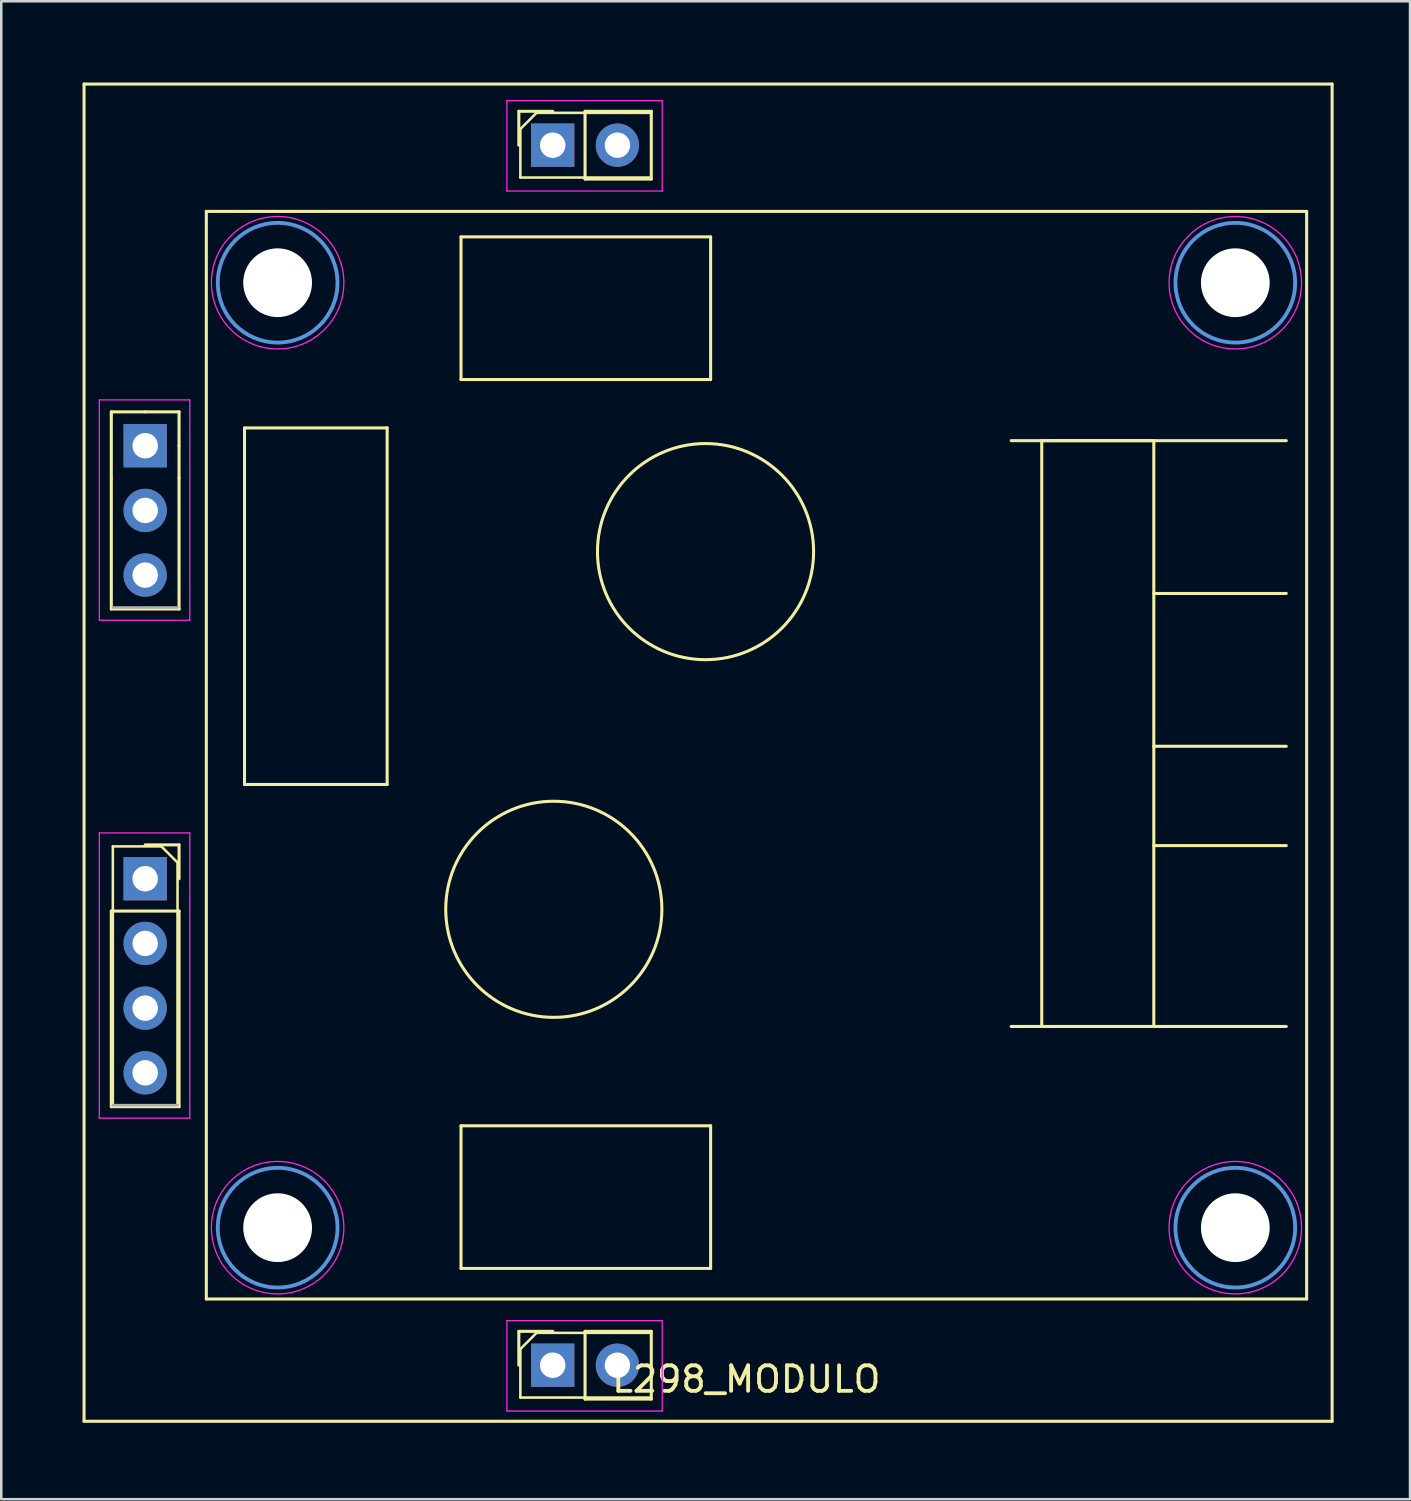
<source format=kicad_pcb>
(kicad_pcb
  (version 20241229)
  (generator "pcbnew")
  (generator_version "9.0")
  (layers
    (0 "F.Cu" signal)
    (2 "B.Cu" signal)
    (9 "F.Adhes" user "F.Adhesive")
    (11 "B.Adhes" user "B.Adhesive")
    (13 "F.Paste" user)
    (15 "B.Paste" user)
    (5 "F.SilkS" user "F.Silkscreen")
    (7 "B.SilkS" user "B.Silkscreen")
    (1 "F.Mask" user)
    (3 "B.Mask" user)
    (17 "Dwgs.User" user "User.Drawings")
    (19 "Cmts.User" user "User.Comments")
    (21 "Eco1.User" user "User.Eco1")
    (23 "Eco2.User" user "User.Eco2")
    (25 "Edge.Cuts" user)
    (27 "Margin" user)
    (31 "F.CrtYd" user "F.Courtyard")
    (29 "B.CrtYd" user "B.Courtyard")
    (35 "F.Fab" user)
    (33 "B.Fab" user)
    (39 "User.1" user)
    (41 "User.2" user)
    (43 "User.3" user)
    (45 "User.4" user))
  (footprint "L298_MODULO"
    (layer "F.Cu")
    (at 0.25 0.25)
    (property "Reference" "L298_MODULO" (at 26 50.85 0) (layer "F.SilkS") (effects (font (size 1 1) (thickness 0.15))))
    (attr through_hole)
    (fp_line (start 0 0) (end 49 0) (stroke (width 0.12) (type solid)) (layer "F.SilkS"))
    (fp_line (start 0 52.5) (end 0 0) (stroke (width 0.12) (type solid)) (layer "F.SilkS"))
    (fp_line (start 1.07 12.87) (end 2.4 12.87) (stroke (width 0.12) (type solid)) (layer "F.SilkS"))
    (fp_line (start 1.07 13) (end 1.07 12.87) (stroke (width 0.12) (type solid)) (layer "F.SilkS"))
    (fp_line (start 1.07 15.47) (end 1.07 13) (stroke (width 0.12) (type solid)) (layer "F.SilkS"))
    (fp_line (start 1.07 15.47) (end 1.07 20.61) (stroke (width 0.12) (type solid)) (layer "F.SilkS"))
    (fp_line (start 1.07 20.61) (end 3.73 20.61) (stroke (width 0.12) (type solid)) (layer "F.SilkS"))
    (fp_line (start 1.07 32.47) (end 1.07 40.15) (stroke (width 0.12) (type solid)) (layer "F.SilkS"))
    (fp_line (start 1.07 32.47) (end 3.73 32.47) (stroke (width 0.12) (type solid)) (layer "F.SilkS"))
    (fp_line (start 1.07 40.15) (end 3.73 40.15) (stroke (width 0.12) (type solid)) (layer "F.SilkS"))
    (fp_line (start 1.13 29.93) (end 3.035 29.93) (stroke (width 0.1) (type solid)) (layer "F.SilkS"))
    (fp_line (start 1.13 40.09) (end 1.13 29.93) (stroke (width 0.1) (type solid)) (layer "F.SilkS"))
    (fp_line (start 2.4 12.87) (end 3.73 12.87) (stroke (width 0.12) (type solid)) (layer "F.SilkS"))
    (fp_line (start 2.4 29.87) (end 3.73 29.87) (stroke (width 0.12) (type solid)) (layer "F.SilkS"))
    (fp_line (start 3.035 29.93) (end 3.67 30.565) (stroke (width 0.1) (type solid)) (layer "F.SilkS"))
    (fp_line (start 3.67 30.565) (end 3.67 40.09) (stroke (width 0.1) (type solid)) (layer "F.SilkS"))
    (fp_line (start 3.73 12.87) (end 3.73 14.2) (stroke (width 0.12) (type solid)) (layer "F.SilkS"))
    (fp_line (start 3.73 14.2) (end 3.73 15.47) (stroke (width 0.12) (type solid)) (layer "F.SilkS"))
    (fp_line (start 3.73 15.47) (end 3.73 20.61) (stroke (width 0.12) (type solid)) (layer "F.SilkS"))
    (fp_line (start 3.73 29.87) (end 3.73 31.2) (stroke (width 0.12) (type solid)) (layer "F.SilkS"))
    (fp_line (start 3.73 32.47) (end 3.73 40.15) (stroke (width 0.12) (type solid)) (layer "F.SilkS"))
    (fp_line (start 4.8 5) (end 48 5) (stroke (width 0.12) (type solid)) (layer "F.SilkS"))
    (fp_line (start 4.8 47.7) (end 4.8 5) (stroke (width 0.12) (type solid)) (layer "F.SilkS"))
    (fp_line (start 6.3 13.5) (end 11.9 13.5) (stroke (width 0.12) (type solid)) (layer "F.SilkS"))
    (fp_line (start 6.3 27.5) (end 6.3 13.5) (stroke (width 0.12) (type solid)) (layer "F.SilkS"))
    (fp_line (start 11.9 13.5) (end 11.9 27.5) (stroke (width 0.12) (type solid)) (layer "F.SilkS"))
    (fp_line (start 11.9 27.5) (end 6.3 27.5) (stroke (width 0.12) (type solid)) (layer "F.SilkS"))
    (fp_line (start 14.8 6) (end 24.6 6) (stroke (width 0.12) (type solid)) (layer "F.SilkS"))
    (fp_line (start 14.8 11.6) (end 14.8 6) (stroke (width 0.12) (type solid)) (layer "F.SilkS"))
    (fp_line (start 14.8 40.9) (end 24.6 40.9) (stroke (width 0.12) (type solid)) (layer "F.SilkS"))
    (fp_line (start 14.8 46.5) (end 14.8 40.9) (stroke (width 0.12) (type solid)) (layer "F.SilkS"))
    (fp_line (start 17.07 1.07) (end 18.4 1.07) (stroke (width 0.12) (type solid)) (layer "F.SilkS"))
    (fp_line (start 17.07 2.4) (end 17.07 1.07) (stroke (width 0.12) (type solid)) (layer "F.SilkS"))
    (fp_line (start 17.07 48.97) (end 18.4 48.97) (stroke (width 0.12) (type solid)) (layer "F.SilkS"))
    (fp_line (start 17.07 50.3) (end 17.07 48.97) (stroke (width 0.12) (type solid)) (layer "F.SilkS"))
    (fp_line (start 17.13 1.765) (end 17.765 1.13) (stroke (width 0.1) (type solid)) (layer "F.SilkS"))
    (fp_line (start 17.13 3.67) (end 17.13 1.765) (stroke (width 0.1) (type solid)) (layer "F.SilkS"))
    (fp_line (start 17.13 49.665) (end 17.765 49.03) (stroke (width 0.1) (type solid)) (layer "F.SilkS"))
    (fp_line (start 17.13 51.57) (end 17.13 49.665) (stroke (width 0.1) (type solid)) (layer "F.SilkS"))
    (fp_line (start 17.765 1.13) (end 22.21 1.13) (stroke (width 0.1) (type solid)) (layer "F.SilkS"))
    (fp_line (start 17.765 49.03) (end 22.21 49.03) (stroke (width 0.1) (type solid)) (layer "F.SilkS"))
    (fp_line (start 19.67 1.07) (end 22.27 1.07) (stroke (width 0.12) (type solid)) (layer "F.SilkS"))
    (fp_line (start 19.67 3.73) (end 19.67 1.07) (stroke (width 0.12) (type solid)) (layer "F.SilkS"))
    (fp_line (start 19.67 3.73) (end 22.27 3.73) (stroke (width 0.12) (type solid)) (layer "F.SilkS"))
    (fp_line (start 19.67 48.97) (end 22.27 48.97) (stroke (width 0.12) (type solid)) (layer "F.SilkS"))
    (fp_line (start 19.67 51.63) (end 19.67 48.97) (stroke (width 0.12) (type solid)) (layer "F.SilkS"))
    (fp_line (start 19.67 51.63) (end 22.27 51.63) (stroke (width 0.12) (type solid)) (layer "F.SilkS"))
    (fp_line (start 22.21 3.67) (end 17.13 3.67) (stroke (width 0.1) (type solid)) (layer "F.SilkS"))
    (fp_line (start 22.21 51.57) (end 17.13 51.57) (stroke (width 0.1) (type solid)) (layer "F.SilkS"))
    (fp_line (start 22.27 3.73) (end 22.27 1.07) (stroke (width 0.12) (type solid)) (layer "F.SilkS"))
    (fp_line (start 22.27 51.63) (end 22.27 48.97) (stroke (width 0.12) (type solid)) (layer "F.SilkS"))
    (fp_line (start 24.6 6) (end 24.6 11.6) (stroke (width 0.12) (type solid)) (layer "F.SilkS"))
    (fp_line (start 24.6 11.6) (end 14.8 11.6) (stroke (width 0.12) (type solid)) (layer "F.SilkS"))
    (fp_line (start 24.6 40.9) (end 24.6 46.5) (stroke (width 0.12) (type solid)) (layer "F.SilkS"))
    (fp_line (start 24.6 46.5) (end 14.8 46.5) (stroke (width 0.12) (type solid)) (layer "F.SilkS"))
    (fp_line (start 36.4 14) (end 47.2 14) (stroke (width 0.12) (type solid)) (layer "F.SilkS"))
    (fp_line (start 36.4 37) (end 47.2 37) (stroke (width 0.12) (type solid)) (layer "F.SilkS"))
    (fp_line (start 37.6 14) (end 42 14) (stroke (width 0.12) (type solid)) (layer "F.SilkS"))
    (fp_line (start 37.6 37) (end 37.6 14) (stroke (width 0.12) (type solid)) (layer "F.SilkS"))
    (fp_line (start 42 14) (end 42 37) (stroke (width 0.12) (type solid)) (layer "F.SilkS"))
    (fp_line (start 42 20) (end 47.2 20) (stroke (width 0.12) (type solid)) (layer "F.SilkS"))
    (fp_line (start 42 26) (end 47.2 26) (stroke (width 0.12) (type solid)) (layer "F.SilkS"))
    (fp_line (start 42 29.9) (end 47.2 29.9) (stroke (width 0.12) (type solid)) (layer "F.SilkS"))
    (fp_line (start 48 5) (end 48 47.7) (stroke (width 0.12) (type solid)) (layer "F.SilkS"))
    (fp_line (start 48 47.7) (end 4.8 47.7) (stroke (width 0.12) (type solid)) (layer "F.SilkS"))
    (fp_line (start 49 0) (end 49 52.5) (stroke (width 0.12) (type solid)) (layer "F.SilkS"))
    (fp_line (start 49 52.5) (end 0 52.5) (stroke (width 0.12) (type solid)) (layer "F.SilkS"))
    (fp_circle (center 18.443 32.4) (end 21.443 35.4) (stroke (width 0.12) (type solid)) (fill no) (layer "F.SilkS"))
    (fp_circle (center 24.4 18.357) (end 27.4 21.357) (stroke (width 0.12) (type solid)) (fill no) (layer "F.SilkS"))
    (fp_circle (center 7.6 7.8) (end 9.95 7.8) (stroke (width 0.15) (type solid)) (fill no) (layer "Cmts.User"))
    (fp_circle (center 7.6 44.9) (end 9.95 44.9) (stroke (width 0.15) (type solid)) (fill no) (layer "Cmts.User"))
    (fp_circle (center 45.2 7.8) (end 47.55 7.8) (stroke (width 0.15) (type solid)) (fill no) (layer "Cmts.User"))
    (fp_circle (center 45.2 44.9) (end 47.55 44.9) (stroke (width 0.15) (type solid)) (fill no) (layer "Cmts.User"))
    (fp_line (start 0.6 12.4) (end 4.15 12.4) (stroke (width 0.05) (type solid)) (layer "F.CrtYd"))
    (fp_line (start 0.6 21.05) (end 0.6 12.4) (stroke (width 0.05) (type solid)) (layer "F.CrtYd"))
    (fp_line (start 0.6 29.4) (end 4.15 29.4) (stroke (width 0.05) (type solid)) (layer "F.CrtYd"))
    (fp_line (start 0.6 40.6) (end 0.6 29.4) (stroke (width 0.05) (type solid)) (layer "F.CrtYd"))
    (fp_line (start 4.15 12.4) (end 4.15 21.05) (stroke (width 0.05) (type solid)) (layer "F.CrtYd"))
    (fp_line (start 4.15 21.05) (end 0.6 21.05) (stroke (width 0.05) (type solid)) (layer "F.CrtYd"))
    (fp_line (start 4.15 29.4) (end 4.15 40.6) (stroke (width 0.05) (type solid)) (layer "F.CrtYd"))
    (fp_line (start 4.15 40.6) (end 0.6 40.6) (stroke (width 0.05) (type solid)) (layer "F.CrtYd"))
    (fp_line (start 16.6 0.65) (end 22.7 0.65) (stroke (width 0.05) (type solid)) (layer "F.CrtYd"))
    (fp_line (start 16.6 4.2) (end 16.6 0.65) (stroke (width 0.05) (type solid)) (layer "F.CrtYd"))
    (fp_line (start 16.6 48.55) (end 22.7 48.55) (stroke (width 0.05) (type solid)) (layer "F.CrtYd"))
    (fp_line (start 16.6 52.1) (end 16.6 48.55) (stroke (width 0.05) (type solid)) (layer "F.CrtYd"))
    (fp_line (start 22.7 0.65) (end 22.7 4.2) (stroke (width 0.05) (type solid)) (layer "F.CrtYd"))
    (fp_line (start 22.7 4.2) (end 16.6 4.2) (stroke (width 0.05) (type solid)) (layer "F.CrtYd"))
    (fp_line (start 22.7 48.55) (end 22.7 52.1) (stroke (width 0.05) (type solid)) (layer "F.CrtYd"))
    (fp_line (start 22.7 52.1) (end 16.6 52.1) (stroke (width 0.05) (type solid)) (layer "F.CrtYd"))
    (fp_circle (center 7.6 7.8) (end 10.2 7.8) (stroke (width 0.05) (type solid)) (fill no) (layer "F.CrtYd"))
    (fp_circle (center 7.6 44.9) (end 10.2 44.9) (stroke (width 0.05) (type solid)) (fill no) (layer "F.CrtYd"))
    (fp_circle (center 45.2 7.8) (end 47.8 7.8) (stroke (width 0.05) (type solid)) (fill no) (layer "F.CrtYd"))
    (fp_circle (center 45.2 44.9) (end 47.8 44.9) (stroke (width 0.05) (type solid)) (fill no) (layer "F.CrtYd"))
    (fp_line (start 3.67 20.55) (end 1.13 20.55) (stroke (width 0.1) (type solid)) (layer "F.Fab"))
    (fp_line (start 3.67 40.09) (end 1.13 40.09) (stroke (width 0.1) (type solid)) (layer "F.Fab"))
    (pad "" np_thru_hole circle (at 7.6 7.8) (size 2.7 2.7) (drill 2.7) (layers "*.Cu" "*.Mask"))
    (pad "" np_thru_hole circle (at 7.6 44.9) (size 2.7 2.7) (drill 2.7) (layers "*.Cu" "*.Mask"))
    (pad "" np_thru_hole circle (at 45.2 7.8) (size 2.7 2.7) (drill 2.7) (layers "*.Cu" "*.Mask"))
    (pad "" np_thru_hole circle (at 45.2 44.9) (size 2.7 2.7) (drill 2.7) (layers "*.Cu" "*.Mask"))
    (pad "1" thru_hole rect (at 2.4 31.2) (size 1.7 1.7) (drill 1) (layers "*.Cu" "*.Mask"))
    (pad "2" thru_hole oval (at 2.4 33.74) (size 1.7 1.7) (drill 1) (layers "*.Cu" "*.Mask"))
    (pad "3" thru_hole oval (at 2.4 36.28) (size 1.7 1.7) (drill 1) (layers "*.Cu" "*.Mask"))
    (pad "4" thru_hole oval (at 2.4 38.82) (size 1.7 1.7) (drill 1) (layers "*.Cu" "*.Mask"))
    (pad "5" thru_hole rect (at 2.4 14.2) (size 1.7 1.7) (drill 1) (layers "*.Cu" "*.Mask"))
    (pad "6" thru_hole oval (at 2.4 16.74) (size 1.7 1.7) (drill 1) (layers "*.Cu" "*.Mask"))
    (pad "7" thru_hole oval (at 2.4 19.28) (size 1.7 1.7) (drill 1) (layers "*.Cu" "*.Mask"))
    (pad "8" thru_hole rect (at 18.4 2.4 90) (size 1.7 1.7) (drill 1) (layers "*.Cu" "*.Mask"))
    (pad "9" thru_hole oval (at 20.94 2.4 90) (size 1.7 1.7) (drill 1) (layers "*.Cu" "*.Mask"))
    (pad "10" thru_hole rect (at 18.4 50.3 90) (size 1.7 1.7) (drill 1) (layers "*.Cu" "*.Mask"))
    (pad "11" thru_hole oval (at 20.94 50.3 90) (size 1.7 1.7) (drill 1) (layers "*.Cu" "*.Mask")))
  (gr_rect
    (start -3 -3)
    (end 52.31 55.81)
    (stroke (width 0.1) (type default))
    (fill no)
    (layer "Edge.Cuts")))
</source>
